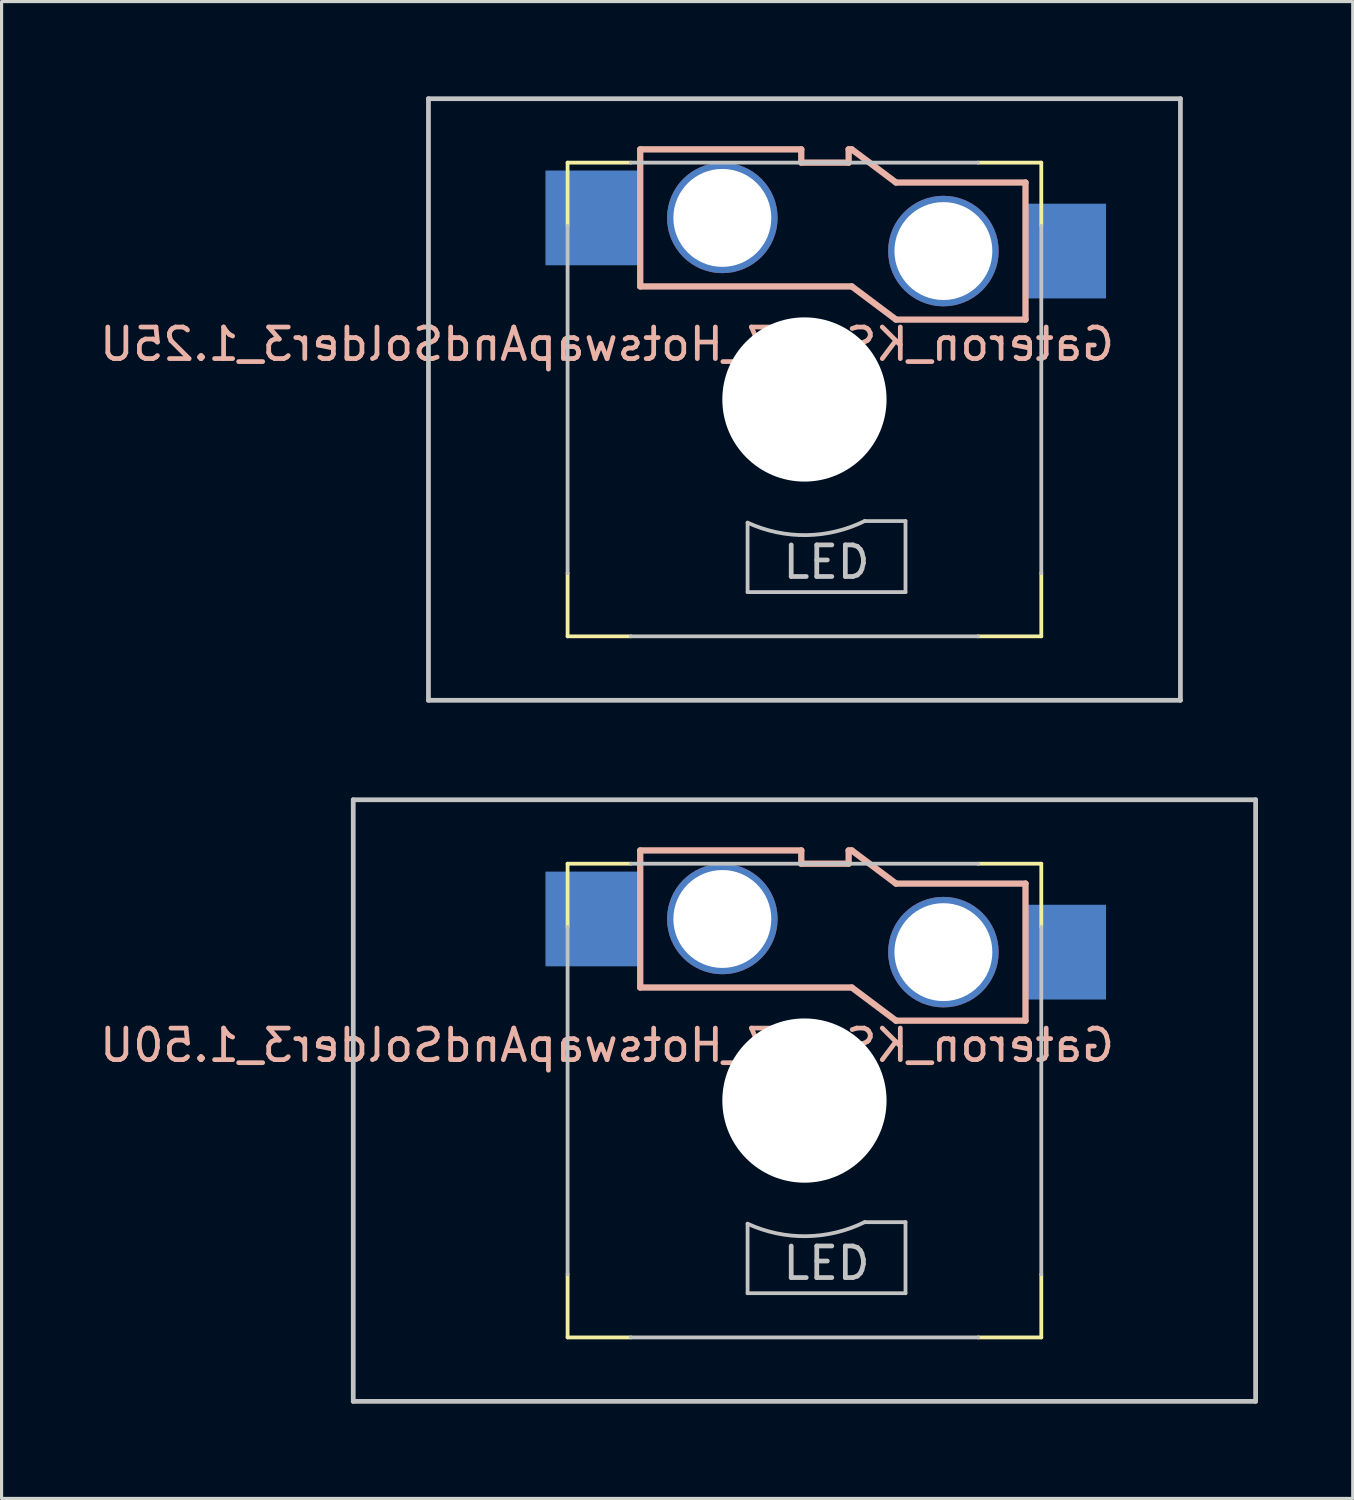
<source format=kicad_pcb>
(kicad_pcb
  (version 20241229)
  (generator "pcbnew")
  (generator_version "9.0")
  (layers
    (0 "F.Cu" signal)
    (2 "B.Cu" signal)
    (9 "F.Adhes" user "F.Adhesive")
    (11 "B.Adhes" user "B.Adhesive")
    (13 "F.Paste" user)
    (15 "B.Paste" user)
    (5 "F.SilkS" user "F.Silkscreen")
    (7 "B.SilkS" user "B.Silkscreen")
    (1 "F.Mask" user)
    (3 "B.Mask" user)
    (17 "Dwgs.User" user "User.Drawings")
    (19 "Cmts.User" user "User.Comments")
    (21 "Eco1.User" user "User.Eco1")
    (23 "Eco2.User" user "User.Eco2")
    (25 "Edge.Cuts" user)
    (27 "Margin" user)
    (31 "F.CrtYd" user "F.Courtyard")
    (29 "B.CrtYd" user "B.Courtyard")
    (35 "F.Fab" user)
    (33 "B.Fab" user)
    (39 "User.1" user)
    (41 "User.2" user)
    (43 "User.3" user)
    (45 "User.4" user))
  (footprint "Gateron_KS-27_HotswapAndSolder3_1.50U"
    (layer "F.Cu")
    (at 22.423 31.8)
    (property "Reference" "Gateron_KS-27_HotswapAndSolder3_1.50U" (at -6.25 -1.75 0) (layer "B.SilkS") (effects (font (size 1 1) (thickness 0.15)) (justify mirror)))
    (attr through_hole)
    (fp_line (start -7.5 -7.5) (end -7.5 -5.5) (stroke (width 0.12) (type solid)) (layer "F.SilkS"))
    (fp_line (start -7.5 -7.5) (end -5.5 -7.5) (stroke (width 0.12) (type solid)) (layer "F.SilkS"))
    (fp_line (start -7.5 7.5) (end -7.5 5.5) (stroke (width 0.12) (type solid)) (layer "F.SilkS"))
    (fp_line (start -7.5 7.5) (end -5.5 7.5) (stroke (width 0.12) (type solid)) (layer "F.SilkS"))
    (fp_line (start 7.5 -7.5) (end 5.5 -7.5) (stroke (width 0.12) (type solid)) (layer "F.SilkS"))
    (fp_line (start 7.5 -7.5) (end 7.5 -5.5) (stroke (width 0.12) (type solid)) (layer "F.SilkS"))
    (fp_line (start 7.5 7.5) (end 5.5 7.5) (stroke (width 0.12) (type solid)) (layer "F.SilkS"))
    (fp_line (start 7.5 7.5) (end 7.5 5.5) (stroke (width 0.12) (type solid)) (layer "F.SilkS"))
    (fp_line (start -5.2 -7.92) (end -0.1 -7.92) (stroke (width 0.2) (type solid)) (layer "B.SilkS"))
    (fp_line (start -5.2 -3.58) (end -5.2 -7.92) (stroke (width 0.2) (type solid)) (layer "B.SilkS"))
    (fp_line (start -5.2 -3.58) (end 1.5 -3.58) (stroke (width 0.2) (type solid)) (layer "B.SilkS"))
    (fp_line (start -0.1 -7.5) (end -0.1 -7.92) (stroke (width 0.2) (type solid)) (layer "B.SilkS"))
    (fp_line (start -0.1 -7.5) (end 1.4 -7.5) (stroke (width 0.2) (type solid)) (layer "B.SilkS"))
    (fp_line (start 1.4 -7.5) (end 1.4 -7.92) (stroke (width 0.2) (type solid)) (layer "B.SilkS"))
    (fp_line (start 1.5 -7.92) (end 1.4 -7.92) (stroke (width 0.2) (type solid)) (layer "B.SilkS"))
    (fp_line (start 1.5 -7.92) (end 2.9 -6.87) (stroke (width 0.2) (type solid)) (layer "B.SilkS"))
    (fp_line (start 1.5 -3.58) (end 2.9 -2.53) (stroke (width 0.2) (type solid)) (layer "B.SilkS"))
    (fp_line (start 2.9 -6.87) (end 7 -6.87) (stroke (width 0.2) (type solid)) (layer "B.SilkS"))
    (fp_line (start 2.9 -2.53) (end 7 -2.53) (stroke (width 0.2) (type solid)) (layer "B.SilkS"))
    (fp_line (start 7 -6.87) (end 7 -2.53) (stroke (width 0.2) (type solid)) (layer "B.SilkS"))
    (fp_line (start -14.287 -9.525) (end 14.287 -9.525) (stroke (width 0.15) (type solid)) (layer "Dwgs.User"))
    (fp_line (start -14.287 9.525) (end -14.287 -9.525) (stroke (width 0.15) (type solid)) (layer "Dwgs.User"))
    (fp_line (start -7.5 -5.5) (end -7.5 5.5) (stroke (width 0.12) (type solid)) (layer "Dwgs.User"))
    (fp_line (start -5.5 -7.5) (end 5.5 -7.5) (stroke (width 0.12) (type solid)) (layer "Dwgs.User"))
    (fp_line (start -1.8 3.9) (end -1.8 6.1) (stroke (width 0.12) (type solid)) (layer "Dwgs.User"))
    (fp_line (start -1.8 6.1) (end 3.2 6.1) (stroke (width 0.12) (type solid)) (layer "Dwgs.User"))
    (fp_line (start 1.91 3.85) (end 3.2 3.85) (stroke (width 0.12) (type solid)) (layer "Dwgs.User"))
    (fp_line (start 3.2 3.85) (end 3.2 6.1) (stroke (width 0.12) (type solid)) (layer "Dwgs.User"))
    (fp_line (start 5.5 7.5) (end -5.5 7.5) (stroke (width 0.12) (type solid)) (layer "Dwgs.User"))
    (fp_line (start 7.5 5.5) (end 7.5 -5.5) (stroke (width 0.12) (type solid)) (layer "Dwgs.User"))
    (fp_line (start 14.287 -9.525) (end 14.287 9.525) (stroke (width 0.15) (type solid)) (layer "Dwgs.User"))
    (fp_line (start 14.287 9.525) (end -14.287 9.525) (stroke (width 0.15) (type solid)) (layer "Dwgs.User"))
    (fp_arc (start 1.910873 3.846889) (mid 0.061469 4.294905) (end -1.799999 3.899999) (stroke (width 0.12) (type solid)) (layer "Dwgs.User"))
    (fp_text user "LED" (at 0.7 5.15 0) (layer "Dwgs.User") (effects (font (size 1 1) (thickness 0.15))))
    (pad "" np_thru_hole circle (at 0 0 90) (size 5.2 5.2) (drill 5.2) (layers "*.Cu" "*.Mask"))
    (pad "1" smd rect (at -6.7 -5.75) (size 3 3) (layers "B.Cu" "B.Mask" "B.Paste"))
    (pad "1" thru_hole circle (at -2.6 -5.75) (size 3.5 3.5) (drill 3.1) (layers "*.Cu" "*.Mask"))
    (pad "2" thru_hole circle (at 4.4 -4.7) (size 3.5 3.5) (drill 3.1) (layers "*.Cu" "*.Mask"))
    (pad "2" smd rect (at 8.275 -4.7) (size 2.55 3) (layers "B.Cu" "B.Mask" "B.Paste")))
  (footprint "Gateron_KS-27_HotswapAndSolder3_1.25U"
    (layer "F.Cu")
    (at 22.423 9.6)
    (property "Reference" "Gateron_KS-27_HotswapAndSolder3_1.25U" (at -6.25 -1.75 0) (layer "B.SilkS") (effects (font (size 1 1) (thickness 0.15)) (justify mirror)))
    (attr through_hole)
    (fp_line (start -7.5 -7.5) (end -7.5 -5.5) (stroke (width 0.12) (type solid)) (layer "F.SilkS"))
    (fp_line (start -7.5 -7.5) (end -5.5 -7.5) (stroke (width 0.12) (type solid)) (layer "F.SilkS"))
    (fp_line (start -7.5 7.5) (end -7.5 5.5) (stroke (width 0.12) (type solid)) (layer "F.SilkS"))
    (fp_line (start -7.5 7.5) (end -5.5 7.5) (stroke (width 0.12) (type solid)) (layer "F.SilkS"))
    (fp_line (start 7.5 -7.5) (end 5.5 -7.5) (stroke (width 0.12) (type solid)) (layer "F.SilkS"))
    (fp_line (start 7.5 -7.5) (end 7.5 -5.5) (stroke (width 0.12) (type solid)) (layer "F.SilkS"))
    (fp_line (start 7.5 7.5) (end 5.5 7.5) (stroke (width 0.12) (type solid)) (layer "F.SilkS"))
    (fp_line (start 7.5 7.5) (end 7.5 5.5) (stroke (width 0.12) (type solid)) (layer "F.SilkS"))
    (fp_line (start -5.2 -7.92) (end -0.1 -7.92) (stroke (width 0.2) (type solid)) (layer "B.SilkS"))
    (fp_line (start -5.2 -3.58) (end -5.2 -7.92) (stroke (width 0.2) (type solid)) (layer "B.SilkS"))
    (fp_line (start -5.2 -3.58) (end 1.5 -3.58) (stroke (width 0.2) (type solid)) (layer "B.SilkS"))
    (fp_line (start -0.1 -7.5) (end -0.1 -7.92) (stroke (width 0.2) (type solid)) (layer "B.SilkS"))
    (fp_line (start -0.1 -7.5) (end 1.4 -7.5) (stroke (width 0.2) (type solid)) (layer "B.SilkS"))
    (fp_line (start 1.4 -7.5) (end 1.4 -7.92) (stroke (width 0.2) (type solid)) (layer "B.SilkS"))
    (fp_line (start 1.5 -7.92) (end 1.4 -7.92) (stroke (width 0.2) (type solid)) (layer "B.SilkS"))
    (fp_line (start 1.5 -7.92) (end 2.9 -6.87) (stroke (width 0.2) (type solid)) (layer "B.SilkS"))
    (fp_line (start 1.5 -3.58) (end 2.9 -2.53) (stroke (width 0.2) (type solid)) (layer "B.SilkS"))
    (fp_line (start 2.9 -6.87) (end 7 -6.87) (stroke (width 0.2) (type solid)) (layer "B.SilkS"))
    (fp_line (start 2.9 -2.53) (end 7 -2.53) (stroke (width 0.2) (type solid)) (layer "B.SilkS"))
    (fp_line (start 7 -6.87) (end 7 -2.53) (stroke (width 0.2) (type solid)) (layer "B.SilkS"))
    (fp_line (start -11.906 -9.525) (end 11.906 -9.525) (stroke (width 0.15) (type solid)) (layer "Dwgs.User"))
    (fp_line (start -11.906 9.525) (end -11.906 -9.525) (stroke (width 0.15) (type solid)) (layer "Dwgs.User"))
    (fp_line (start -7.5 -5.5) (end -7.5 5.5) (stroke (width 0.12) (type solid)) (layer "Dwgs.User"))
    (fp_line (start -5.5 -7.5) (end 5.5 -7.5) (stroke (width 0.12) (type solid)) (layer "Dwgs.User"))
    (fp_line (start -1.8 3.9) (end -1.8 6.1) (stroke (width 0.12) (type solid)) (layer "Dwgs.User"))
    (fp_line (start -1.8 6.1) (end 3.2 6.1) (stroke (width 0.12) (type solid)) (layer "Dwgs.User"))
    (fp_line (start 1.91 3.85) (end 3.2 3.85) (stroke (width 0.12) (type solid)) (layer "Dwgs.User"))
    (fp_line (start 3.2 3.85) (end 3.2 6.1) (stroke (width 0.12) (type solid)) (layer "Dwgs.User"))
    (fp_line (start 5.5 7.5) (end -5.5 7.5) (stroke (width 0.12) (type solid)) (layer "Dwgs.User"))
    (fp_line (start 7.5 5.5) (end 7.5 -5.5) (stroke (width 0.12) (type solid)) (layer "Dwgs.User"))
    (fp_line (start 11.906 -9.525) (end 11.906 9.525) (stroke (width 0.15) (type solid)) (layer "Dwgs.User"))
    (fp_line (start 11.906 9.525) (end -11.906 9.525) (stroke (width 0.15) (type solid)) (layer "Dwgs.User"))
    (fp_arc (start 1.910873 3.846889) (mid 0.061469 4.294905) (end -1.799999 3.899999) (stroke (width 0.12) (type solid)) (layer "Dwgs.User"))
    (fp_text user "LED" (at 0.7 5.15 0) (layer "Dwgs.User") (effects (font (size 1 1) (thickness 0.15))))
    (pad "" np_thru_hole circle (at 0 0 90) (size 5.2 5.2) (drill 5.2) (layers "*.Cu" "*.Mask"))
    (pad "1" smd rect (at -6.7 -5.75) (size 3 3) (layers "B.Cu" "B.Mask" "B.Paste"))
    (pad "1" thru_hole circle (at -2.6 -5.75) (size 3.5 3.5) (drill 3.1) (layers "*.Cu" "*.Mask"))
    (pad "2" thru_hole circle (at 4.4 -4.7) (size 3.5 3.5) (drill 3.1) (layers "*.Cu" "*.Mask"))
    (pad "2" smd rect (at 8.275 -4.7) (size 2.55 3) (layers "B.Cu" "B.Mask" "B.Paste")))
  (gr_rect
    (start -3 -3)
    (end 39.785 44.4)
    (stroke (width 0.1) (type default))
    (fill no)
    (layer "Edge.Cuts")))
</source>
